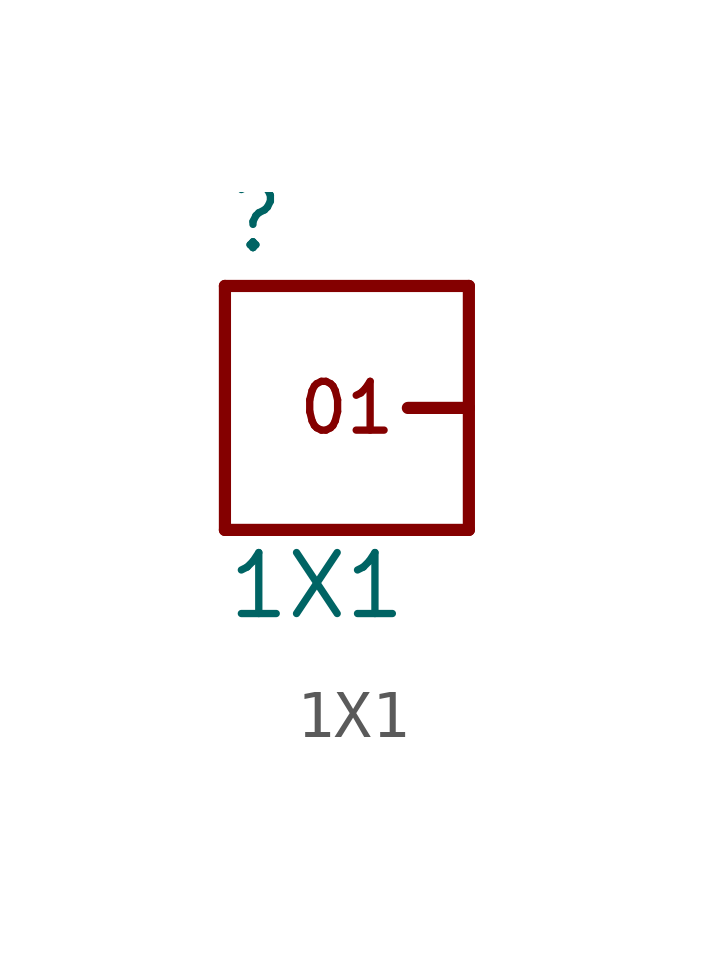
<source format=kicad_sym>
(kicad_symbol_lib
  (version 20211014)
  (generator kicad_symbol_editor)
  (symbol "1X1"
    (property "Reference" ""
      (at -2.54 3.175 0)
      (effects (font (size 1.27 1.27)) (justify left bottom)))
    (property "Value" "1X1"
      (at -2.54 -4.445 0)
      (effects (font (size 1.27 1.27)) (justify left bottom)))
    (property "ki_locked" ""
      (at 0 0 0)
      (effects (font (size 1.27 1.27))))
    (symbol "1X1_1_0"
      (polyline (pts (xy -2.54 -2.54) (xy 2.54 -2.54)) (stroke (width 0.254) (type default) (color 0 0 0 0)) (fill (type none)))
      (polyline (pts (xy -2.54 2.54) (xy -2.54 -2.54)) (stroke (width 0.254) (type default) (color 0 0 0 0)) (fill (type none)))
      (polyline (pts (xy -2.54 2.54) (xy 2.54 2.54)) (stroke (width 0.254) (type default) (color 0 0 0 0)) (fill (type none)))
      (polyline (pts (xy 1.27 0) (xy 2.54 0)) (stroke (width 0.254) (type default) (color 0 0 0 0)) (fill (type none)))
      (polyline (pts (xy 2.54 -2.54) (xy 2.54 0)) (stroke (width 0.254) (type default) (color 0 0 0 0)) (fill (type none)))
      (polyline (pts (xy 2.54 0) (xy 2.54 2.54)) (stroke (width 0.254) (type default) (color 0 0 0 0)) (fill (type none)))
      (text "01" (at 0 0 0) (effects (font (size 1.016 1.016))))
      (pin bidirectional line (at 2.54 0 180) (length 0) (name "1" (effects (font (size 0 0)))) (number "1" (effects (font (size 0 0))))))))
</source>
